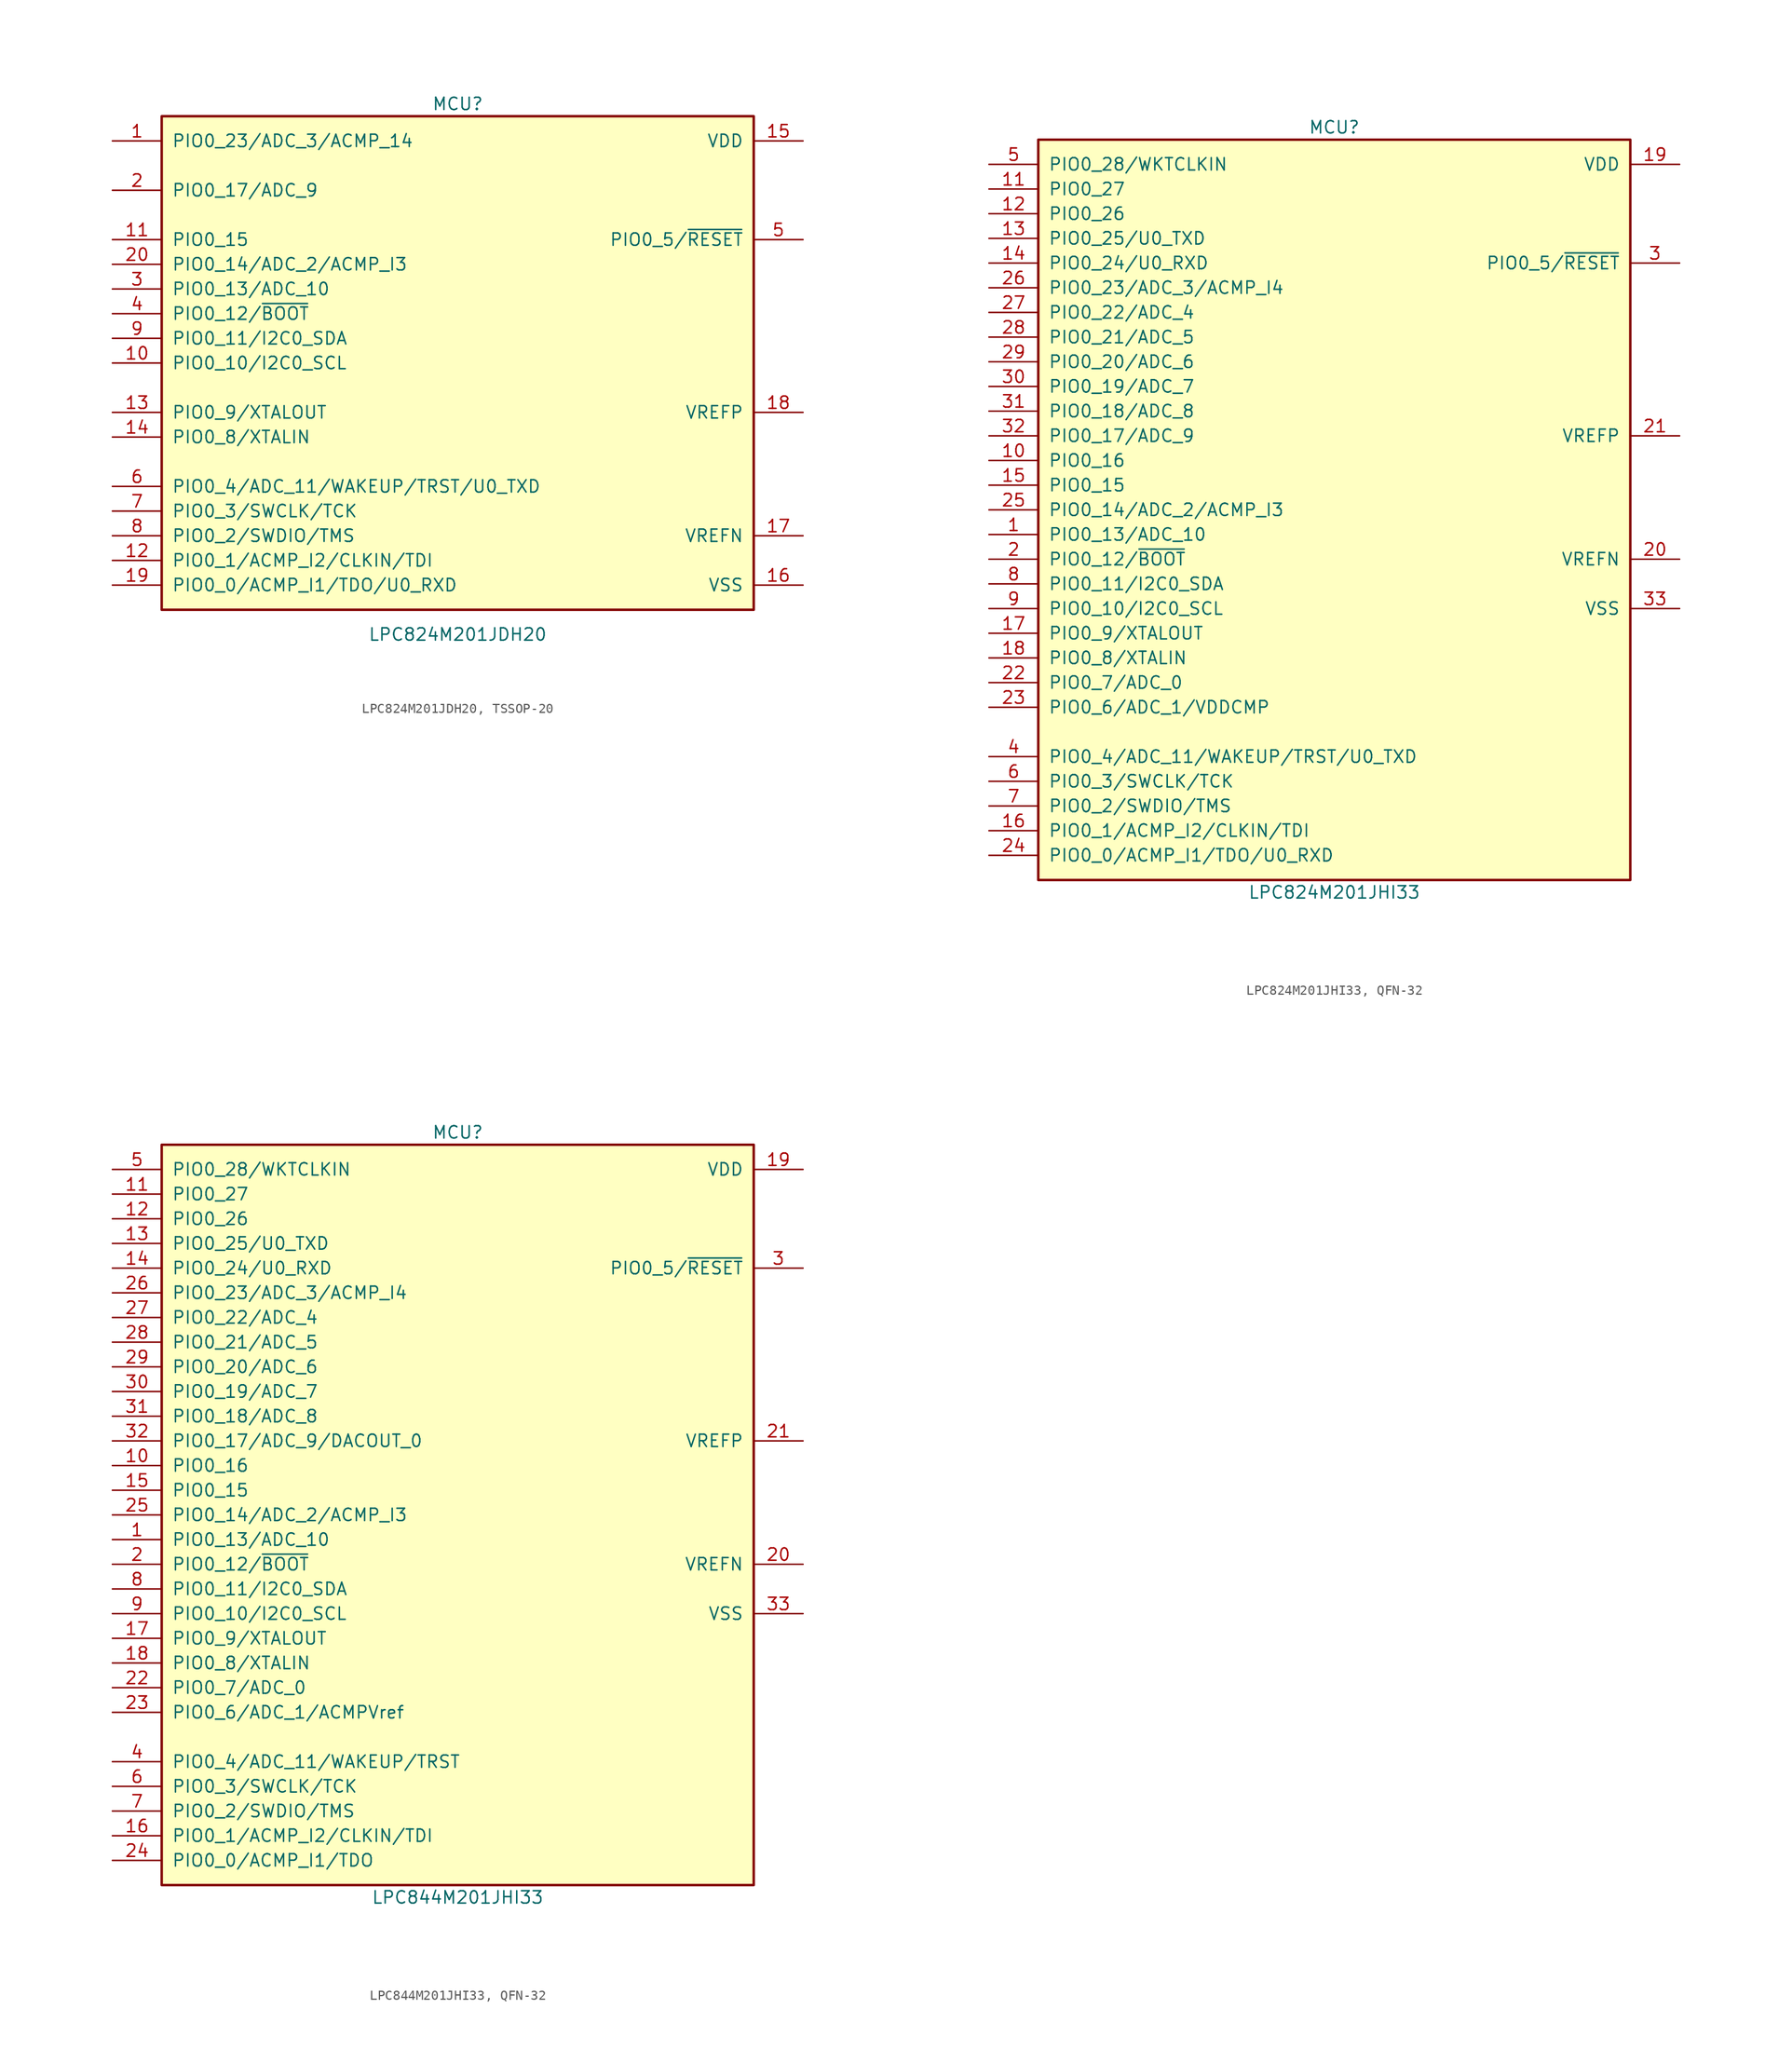
<source format=kicad_sym>
(kicad_symbol_lib
  (version 20241209)
  (generator "kicad_symbol_editor")
  (generator_version "9.0")
  (symbol "LPC824M201JDH20, TSSOP-20"
    (pin_names
      (offset 1.016))
    (property "Reference" "MCU"
      (at 0 26.67 0)
      (effects (font (size 1.27 1.27))))
    (property "Value" "LPC824M201JDH20"
      (at 0 -27.94 0)
      (effects (font (size 1.27 1.27))))
    (symbol "LPC824M201JDH20, TSSOP-20_0_1"
      (rectangle (start -30.48 25.4) (end 30.48 -25.4) (stroke (width 0.254) (type default)) (fill (type background))))
    (symbol "LPC824M201JDH20, TSSOP-20_1_1"
      (pin bidirectional line (at -35.56 22.86 0) (length 5.08) (name "PIO0_23/ADC_3/ACMP_14" (effects (font (size 1.27 1.27)))) (number "1" (effects (font (size 1.27 1.27)))) (alternate "" input line))
      (pin bidirectional line (at -35.56 17.78 0) (length 5.08) (name "PIO0_17/ADC_9" (effects (font (size 1.27 1.27)))) (number "2" (effects (font (size 1.27 1.27)))))
      (pin bidirectional line (at -35.56 12.7 0) (length 5.08) (name "PIO0_15" (effects (font (size 1.27 1.27)))) (number "11" (effects (font (size 1.27 1.27)))))
      (pin bidirectional line (at -35.56 10.16 0) (length 5.08) (name "PIO0_14/ADC_2/ACMP_I3" (effects (font (size 1.27 1.27)))) (number "20" (effects (font (size 1.27 1.27)))))
      (pin bidirectional line (at -35.56 7.62 0) (length 5.08) (name "PIO0_13/ADC_10" (effects (font (size 1.27 1.27)))) (number "3" (effects (font (size 1.27 1.27)))))
      (pin bidirectional line (at -35.56 5.08 0) (length 5.08) (name "PIO0_12/~{BOOT}" (effects (font (size 1.27 1.27)))) (number "4" (effects (font (size 1.27 1.27)))))
      (pin bidirectional line (at -35.56 2.54 0) (length 5.08) (name "PIO0_11/I2C0_SDA" (effects (font (size 1.27 1.27)))) (number "9" (effects (font (size 1.27 1.27)))))
      (pin bidirectional line (at -35.56 0 0) (length 5.08) (name "PIO0_10/I2C0_SCL" (effects (font (size 1.27 1.27)))) (number "10" (effects (font (size 1.27 1.27)))))
      (pin bidirectional line (at -35.56 -5.08 0) (length 5.08) (name "PIO0_9/XTALOUT" (effects (font (size 1.27 1.27)))) (number "13" (effects (font (size 1.27 1.27)))))
      (pin bidirectional line (at -35.56 -7.62 0) (length 5.08) (name "PIO0_8/XTALIN" (effects (font (size 1.27 1.27)))) (number "14" (effects (font (size 1.27 1.27)))))
      (pin bidirectional line (at -35.56 -12.7 0) (length 5.08) (name "PIO0_4/ADC_11/WAKEUP/TRST/U0_TXD" (effects (font (size 1.27 1.27)))) (number "6" (effects (font (size 1.27 1.27)))))
      (pin bidirectional line (at -35.56 -15.24 0) (length 5.08) (name "PIO0_3/SWCLK/TCK" (effects (font (size 1.27 1.27)))) (number "7" (effects (font (size 1.27 1.27)))))
      (pin bidirectional line (at -35.56 -17.78 0) (length 5.08) (name "PIO0_2/SWDIO/TMS" (effects (font (size 1.27 1.27)))) (number "8" (effects (font (size 1.27 1.27)))))
      (pin bidirectional line (at -35.56 -20.32 0) (length 5.08) (name "PIO0_1/ACMP_I2/CLKIN/TDI" (effects (font (size 1.27 1.27)))) (number "12" (effects (font (size 1.27 1.27)))))
      (pin bidirectional line (at -35.56 -22.86 0) (length 5.08) (name "PIO0_0/ACMP_I1/TDO/U0_RXD" (effects (font (size 1.27 1.27)))) (number "19" (effects (font (size 1.27 1.27)))))
      (pin power_in line (at 35.56 22.86 180) (length 5.08) (name "VDD" (effects (font (size 1.27 1.27)))) (number "15" (effects (font (size 1.27 1.27)))))
      (pin bidirectional line (at 35.56 12.7 180) (length 5.08) (name "PIO0_5/~{RESET}" (effects (font (size 1.27 1.27)))) (number "5" (effects (font (size 1.27 1.27)))))
      (pin power_in line (at 35.56 -5.08 180) (length 5.08) (name "VREFP" (effects (font (size 1.27 1.27)))) (number "18" (effects (font (size 1.27 1.27)))))
      (pin power_in line (at 35.56 -17.78 180) (length 5.08) (name "VREFN" (effects (font (size 1.27 1.27)))) (number "17" (effects (font (size 1.27 1.27)))))
      (pin power_in line (at 35.56 -22.86 180) (length 5.08) (name "VSS" (effects (font (size 1.27 1.27)))) (number "16" (effects (font (size 1.27 1.27)))))))
  (symbol "LPC824M201JHI33, QFN-32"
    (pin_names
      (offset 1.016))
    (property "Reference" "MCU"
      (at 0 39.37 0)
      (effects (font (size 1.27 1.27))))
    (property "Value" "LPC824M201JHI33"
      (at 0 -39.37 0)
      (effects (font (size 1.27 1.27))))
    (symbol "LPC824M201JHI33, QFN-32_0_1"
      (rectangle (start -30.48 38.1) (end 30.48 -38.1) (stroke (width 0.254) (type default)) (fill (type background))))
    (symbol "LPC824M201JHI33, QFN-32_1_1"
      (pin bidirectional line (at -35.56 35.56 0) (length 5.08) (name "PIO0_28/WKTCLKIN" (effects (font (size 1.27 1.27)))) (number "5" (effects (font (size 1.27 1.27)))))
      (pin bidirectional line (at -35.56 33.02 0) (length 5.08) (name "PIO0_27" (effects (font (size 1.27 1.27)))) (number "11" (effects (font (size 1.27 1.27)))))
      (pin bidirectional line (at -35.56 30.48 0) (length 5.08) (name "PIO0_26" (effects (font (size 1.27 1.27)))) (number "12" (effects (font (size 1.27 1.27)))))
      (pin bidirectional line (at -35.56 27.94 0) (length 5.08) (name "PIO0_25/U0_TXD" (effects (font (size 1.27 1.27)))) (number "13" (effects (font (size 1.27 1.27)))))
      (pin bidirectional line (at -35.56 25.4 0) (length 5.08) (name "PIO0_24/U0_RXD" (effects (font (size 1.27 1.27)))) (number "14" (effects (font (size 1.27 1.27)))))
      (pin bidirectional line (at -35.56 22.86 0) (length 5.08) (name "PIO0_23/ADC_3/ACMP_I4" (effects (font (size 1.27 1.27)))) (number "26" (effects (font (size 1.27 1.27)))))
      (pin bidirectional line (at -35.56 20.32 0) (length 5.08) (name "PIO0_22/ADC_4" (effects (font (size 1.27 1.27)))) (number "27" (effects (font (size 1.27 1.27)))))
      (pin bidirectional line (at -35.56 17.78 0) (length 5.08) (name "PIO0_21/ADC_5" (effects (font (size 1.27 1.27)))) (number "28" (effects (font (size 1.27 1.27)))))
      (pin bidirectional line (at -35.56 15.24 0) (length 5.08) (name "PIO0_20/ADC_6" (effects (font (size 1.27 1.27)))) (number "29" (effects (font (size 1.27 1.27)))))
      (pin bidirectional line (at -35.56 12.7 0) (length 5.08) (name "PIO0_19/ADC_7" (effects (font (size 1.27 1.27)))) (number "30" (effects (font (size 1.27 1.27)))))
      (pin bidirectional line (at -35.56 10.16 0) (length 5.08) (name "PIO0_18/ADC_8" (effects (font (size 1.27 1.27)))) (number "31" (effects (font (size 1.27 1.27)))))
      (pin bidirectional line (at -35.56 7.62 0) (length 5.08) (name "PIO0_17/ADC_9" (effects (font (size 1.27 1.27)))) (number "32" (effects (font (size 1.27 1.27)))))
      (pin bidirectional line (at -35.56 5.08 0) (length 5.08) (name "PIO0_16" (effects (font (size 1.27 1.27)))) (number "10" (effects (font (size 1.27 1.27)))))
      (pin bidirectional line (at -35.56 2.54 0) (length 5.08) (name "PIO0_15" (effects (font (size 1.27 1.27)))) (number "15" (effects (font (size 1.27 1.27)))))
      (pin bidirectional line (at -35.56 0 0) (length 5.08) (name "PIO0_14/ADC_2/ACMP_I3" (effects (font (size 1.27 1.27)))) (number "25" (effects (font (size 1.27 1.27)))))
      (pin bidirectional line (at -35.56 -2.54 0) (length 5.08) (name "PIO0_13/ADC_10" (effects (font (size 1.27 1.27)))) (number "1" (effects (font (size 1.27 1.27)))))
      (pin bidirectional line (at -35.56 -5.08 0) (length 5.08) (name "PIO0_12/~{BOOT}" (effects (font (size 1.27 1.27)))) (number "2" (effects (font (size 1.27 1.27)))))
      (pin bidirectional line (at -35.56 -7.62 0) (length 5.08) (name "PIO0_11/I2C0_SDA" (effects (font (size 1.27 1.27)))) (number "8" (effects (font (size 1.27 1.27)))))
      (pin bidirectional line (at -35.56 -10.16 0) (length 5.08) (name "PIO0_10/I2C0_SCL" (effects (font (size 1.27 1.27)))) (number "9" (effects (font (size 1.27 1.27)))))
      (pin bidirectional line (at -35.56 -12.7 0) (length 5.08) (name "PIO0_9/XTALOUT" (effects (font (size 1.27 1.27)))) (number "17" (effects (font (size 1.27 1.27)))))
      (pin bidirectional line (at -35.56 -15.24 0) (length 5.08) (name "PIO0_8/XTALIN" (effects (font (size 1.27 1.27)))) (number "18" (effects (font (size 1.27 1.27)))))
      (pin bidirectional line (at -35.56 -17.78 0) (length 5.08) (name "PIO0_7/ADC_0" (effects (font (size 1.27 1.27)))) (number "22" (effects (font (size 1.27 1.27)))))
      (pin bidirectional line (at -35.56 -20.32 0) (length 5.08) (name "PIO0_6/ADC_1/VDDCMP" (effects (font (size 1.27 1.27)))) (number "23" (effects (font (size 1.27 1.27)))))
      (pin bidirectional line (at -35.56 -25.4 0) (length 5.08) (name "PIO0_4/ADC_11/WAKEUP/TRST/U0_TXD" (effects (font (size 1.27 1.27)))) (number "4" (effects (font (size 1.27 1.27)))))
      (pin bidirectional line (at -35.56 -27.94 0) (length 5.08) (name "PIO0_3/SWCLK/TCK" (effects (font (size 1.27 1.27)))) (number "6" (effects (font (size 1.27 1.27)))))
      (pin bidirectional line (at -35.56 -30.48 0) (length 5.08) (name "PIO0_2/SWDIO/TMS" (effects (font (size 1.27 1.27)))) (number "7" (effects (font (size 1.27 1.27)))))
      (pin bidirectional line (at -35.56 -33.02 0) (length 5.08) (name "PIO0_1/ACMP_I2/CLKIN/TDI" (effects (font (size 1.27 1.27)))) (number "16" (effects (font (size 1.27 1.27)))))
      (pin bidirectional line (at -35.56 -35.56 0) (length 5.08) (name "PIO0_0/ACMP_I1/TDO/U0_RXD" (effects (font (size 1.27 1.27)))) (number "24" (effects (font (size 1.27 1.27)))))
      (pin power_in line (at 35.56 35.56 180) (length 5.08) (name "VDD" (effects (font (size 1.27 1.27)))) (number "19" (effects (font (size 1.27 1.27)))))
      (pin bidirectional line (at 35.56 25.4 180) (length 5.08) (name "PIO0_5/~{RESET}" (effects (font (size 1.27 1.27)))) (number "3" (effects (font (size 1.27 1.27)))))
      (pin power_in line (at 35.56 7.62 180) (length 5.08) (name "VREFP" (effects (font (size 1.27 1.27)))) (number "21" (effects (font (size 1.27 1.27)))))
      (pin power_in line (at 35.56 -5.08 180) (length 5.08) (name "VREFN" (effects (font (size 1.27 1.27)))) (number "20" (effects (font (size 1.27 1.27)))))
      (pin power_in line (at 35.56 -10.16 180) (length 5.08) (name "VSS" (effects (font (size 1.27 1.27)))) (number "33" (effects (font (size 1.27 1.27)))))))
  (symbol "LPC844M201JHI33, QFN-32"
    (pin_names
      (offset 1.016))
    (property "Reference" "MCU"
      (at 0 39.37 0)
      (effects (font (size 1.27 1.27))))
    (property "Value" "LPC844M201JHI33"
      (at 0 -39.37 0)
      (effects (font (size 1.27 1.27))))
    (symbol "LPC844M201JHI33, QFN-32_0_1"
      (rectangle (start -30.48 38.1) (end 30.48 -38.1) (stroke (width 0.254) (type default)) (fill (type background))))
    (symbol "LPC844M201JHI33, QFN-32_1_1"
      (pin bidirectional line (at -35.56 35.56 0) (length 5.08) (name "PIO0_28/WKTCLKIN" (effects (font (size 1.27 1.27)))) (number "5" (effects (font (size 1.27 1.27)))))
      (pin bidirectional line (at -35.56 33.02 0) (length 5.08) (name "PIO0_27" (effects (font (size 1.27 1.27)))) (number "11" (effects (font (size 1.27 1.27)))))
      (pin bidirectional line (at -35.56 30.48 0) (length 5.08) (name "PIO0_26" (effects (font (size 1.27 1.27)))) (number "12" (effects (font (size 1.27 1.27)))))
      (pin bidirectional line (at -35.56 27.94 0) (length 5.08) (name "PIO0_25/U0_TXD" (effects (font (size 1.27 1.27)))) (number "13" (effects (font (size 1.27 1.27)))))
      (pin bidirectional line (at -35.56 25.4 0) (length 5.08) (name "PIO0_24/U0_RXD" (effects (font (size 1.27 1.27)))) (number "14" (effects (font (size 1.27 1.27)))))
      (pin bidirectional line (at -35.56 22.86 0) (length 5.08) (name "PIO0_23/ADC_3/ACMP_I4" (effects (font (size 1.27 1.27)))) (number "26" (effects (font (size 1.27 1.27)))))
      (pin bidirectional line (at -35.56 20.32 0) (length 5.08) (name "PIO0_22/ADC_4" (effects (font (size 1.27 1.27)))) (number "27" (effects (font (size 1.27 1.27)))))
      (pin bidirectional line (at -35.56 17.78 0) (length 5.08) (name "PIO0_21/ADC_5" (effects (font (size 1.27 1.27)))) (number "28" (effects (font (size 1.27 1.27)))))
      (pin bidirectional line (at -35.56 15.24 0) (length 5.08) (name "PIO0_20/ADC_6" (effects (font (size 1.27 1.27)))) (number "29" (effects (font (size 1.27 1.27)))))
      (pin bidirectional line (at -35.56 12.7 0) (length 5.08) (name "PIO0_19/ADC_7" (effects (font (size 1.27 1.27)))) (number "30" (effects (font (size 1.27 1.27)))))
      (pin bidirectional line (at -35.56 10.16 0) (length 5.08) (name "PIO0_18/ADC_8" (effects (font (size 1.27 1.27)))) (number "31" (effects (font (size 1.27 1.27)))))
      (pin bidirectional line (at -35.56 7.62 0) (length 5.08) (name "PIO0_17/ADC_9/DACOUT_0" (effects (font (size 1.27 1.27)))) (number "32" (effects (font (size 1.27 1.27)))))
      (pin bidirectional line (at -35.56 5.08 0) (length 5.08) (name "PIO0_16" (effects (font (size 1.27 1.27)))) (number "10" (effects (font (size 1.27 1.27)))))
      (pin bidirectional line (at -35.56 2.54 0) (length 5.08) (name "PIO0_15" (effects (font (size 1.27 1.27)))) (number "15" (effects (font (size 1.27 1.27)))))
      (pin bidirectional line (at -35.56 0 0) (length 5.08) (name "PIO0_14/ADC_2/ACMP_I3" (effects (font (size 1.27 1.27)))) (number "25" (effects (font (size 1.27 1.27)))))
      (pin bidirectional line (at -35.56 -2.54 0) (length 5.08) (name "PIO0_13/ADC_10" (effects (font (size 1.27 1.27)))) (number "1" (effects (font (size 1.27 1.27)))))
      (pin bidirectional line (at -35.56 -5.08 0) (length 5.08) (name "PIO0_12/~{BOOT}" (effects (font (size 1.27 1.27)))) (number "2" (effects (font (size 1.27 1.27)))))
      (pin bidirectional line (at -35.56 -7.62 0) (length 5.08) (name "PIO0_11/I2C0_SDA" (effects (font (size 1.27 1.27)))) (number "8" (effects (font (size 1.27 1.27)))))
      (pin bidirectional line (at -35.56 -10.16 0) (length 5.08) (name "PIO0_10/I2C0_SCL" (effects (font (size 1.27 1.27)))) (number "9" (effects (font (size 1.27 1.27)))))
      (pin bidirectional line (at -35.56 -12.7 0) (length 5.08) (name "PIO0_9/XTALOUT" (effects (font (size 1.27 1.27)))) (number "17" (effects (font (size 1.27 1.27)))))
      (pin bidirectional line (at -35.56 -15.24 0) (length 5.08) (name "PIO0_8/XTALIN" (effects (font (size 1.27 1.27)))) (number "18" (effects (font (size 1.27 1.27)))))
      (pin bidirectional line (at -35.56 -17.78 0) (length 5.08) (name "PIO0_7/ADC_0" (effects (font (size 1.27 1.27)))) (number "22" (effects (font (size 1.27 1.27)))))
      (pin bidirectional line (at -35.56 -20.32 0) (length 5.08) (name "PIO0_6/ADC_1/ACMPVref" (effects (font (size 1.27 1.27)))) (number "23" (effects (font (size 1.27 1.27)))))
      (pin bidirectional line (at -35.56 -25.4 0) (length 5.08) (name "PIO0_4/ADC_11/WAKEUP/TRST" (effects (font (size 1.27 1.27)))) (number "4" (effects (font (size 1.27 1.27)))))
      (pin bidirectional line (at -35.56 -27.94 0) (length 5.08) (name "PIO0_3/SWCLK/TCK" (effects (font (size 1.27 1.27)))) (number "6" (effects (font (size 1.27 1.27)))))
      (pin bidirectional line (at -35.56 -30.48 0) (length 5.08) (name "PIO0_2/SWDIO/TMS" (effects (font (size 1.27 1.27)))) (number "7" (effects (font (size 1.27 1.27)))))
      (pin bidirectional line (at -35.56 -33.02 0) (length 5.08) (name "PIO0_1/ACMP_I2/CLKIN/TDI" (effects (font (size 1.27 1.27)))) (number "16" (effects (font (size 1.27 1.27)))))
      (pin bidirectional line (at -35.56 -35.56 0) (length 5.08) (name "PIO0_0/ACMP_I1/TDO" (effects (font (size 1.27 1.27)))) (number "24" (effects (font (size 1.27 1.27)))))
      (pin power_in line (at 35.56 35.56 180) (length 5.08) (name "VDD" (effects (font (size 1.27 1.27)))) (number "19" (effects (font (size 1.27 1.27)))))
      (pin bidirectional line (at 35.56 25.4 180) (length 5.08) (name "PIO0_5/~{RESET}" (effects (font (size 1.27 1.27)))) (number "3" (effects (font (size 1.27 1.27)))))
      (pin power_in line (at 35.56 7.62 180) (length 5.08) (name "VREFP" (effects (font (size 1.27 1.27)))) (number "21" (effects (font (size 1.27 1.27)))))
      (pin power_in line (at 35.56 -5.08 180) (length 5.08) (name "VREFN" (effects (font (size 1.27 1.27)))) (number "20" (effects (font (size 1.27 1.27)))))
      (pin power_in line (at 35.56 -10.16 180) (length 5.08) (name "VSS" (effects (font (size 1.27 1.27)))) (number "33" (effects (font (size 1.27 1.27))))))))
</source>
